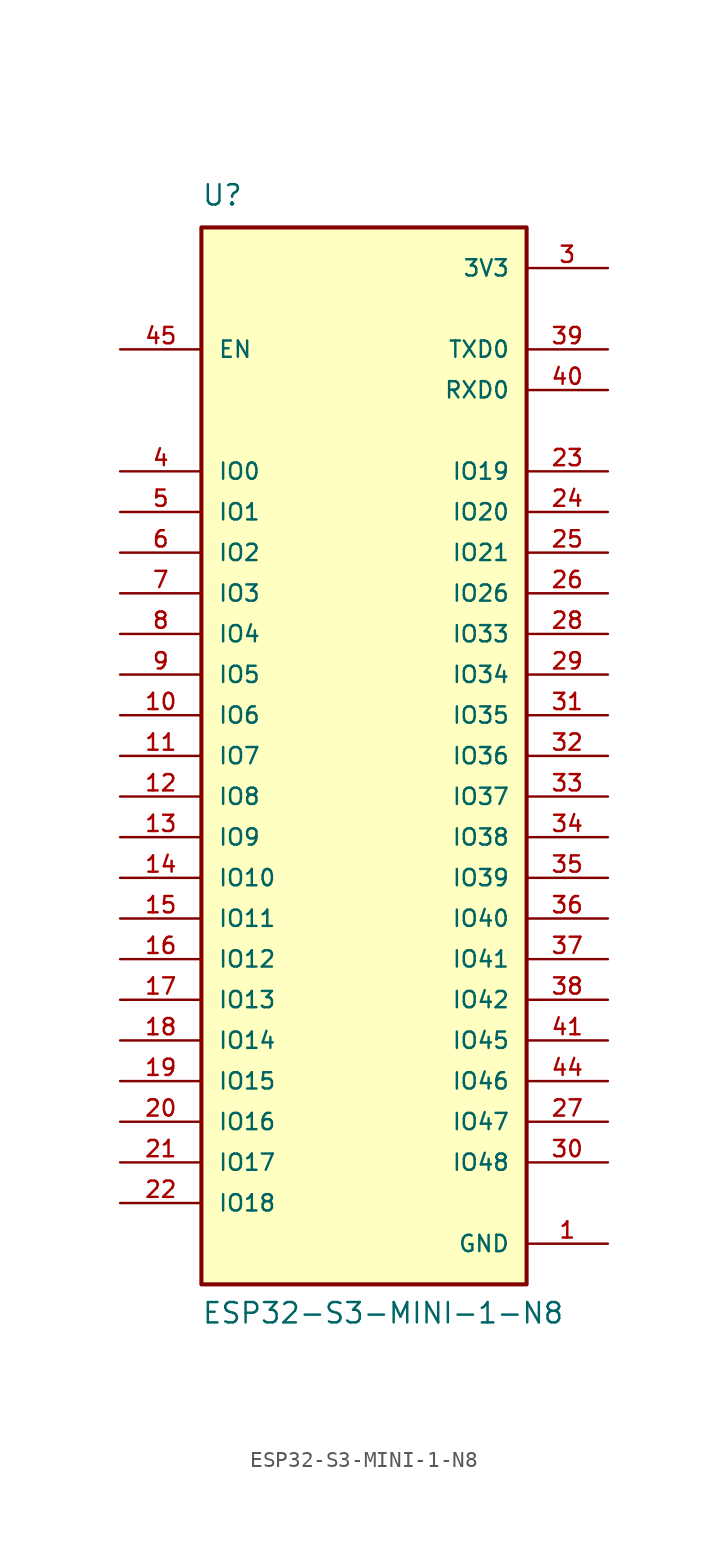
<source format=kicad_sym>
(kicad_symbol_lib
  (version 20230620)
  (generator kicad_symbol_editor)
  (symbol "ESP32-S3-MINI-1-N8"
    (pin_names
      (offset 1.016))
    (property "Reference" "U"
      (at -10.16 34.29 0)
      (effects (font (size 1.27 1.27)) (justify left bottom)))
    (property "Value" "ESP32-S3-MINI-1-N8"
      (at -10.16 -35.56 0)
      (effects (font (size 1.27 1.27)) (justify left bottom)))
    (symbol "ESP32-S3-MINI-1-N8_0_0"
      (rectangle (start -10.16 -33.02) (end 10.16 33.02) (stroke (width 0.254) (type default)) (fill (type background)))
      (pin power_in line (at 15.24 -30.48 180) (length 5.08) (name "GND" (effects (font (size 1.016 1.016)))) (number "1" (effects (font (size 1.016 1.016)))))
      (pin bidirectional line (at -15.24 2.54 0) (length 5.08) (name "IO6" (effects (font (size 1.016 1.016)))) (number "10" (effects (font (size 1.016 1.016)))))
      (pin bidirectional line (at -15.24 0 0) (length 5.08) (name "IO7" (effects (font (size 1.016 1.016)))) (number "11" (effects (font (size 1.016 1.016)))))
      (pin bidirectional line (at -15.24 -2.54 0) (length 5.08) (name "IO8" (effects (font (size 1.016 1.016)))) (number "12" (effects (font (size 1.016 1.016)))))
      (pin bidirectional line (at -15.24 -5.08 0) (length 5.08) (name "IO9" (effects (font (size 1.016 1.016)))) (number "13" (effects (font (size 1.016 1.016)))))
      (pin bidirectional line (at -15.24 -7.62 0) (length 5.08) (name "IO10" (effects (font (size 1.016 1.016)))) (number "14" (effects (font (size 1.016 1.016)))))
      (pin bidirectional line (at -15.24 -10.16 0) (length 5.08) (name "IO11" (effects (font (size 1.016 1.016)))) (number "15" (effects (font (size 1.016 1.016)))))
      (pin bidirectional line (at -15.24 -12.7 0) (length 5.08) (name "IO12" (effects (font (size 1.016 1.016)))) (number "16" (effects (font (size 1.016 1.016)))))
      (pin bidirectional line (at -15.24 -15.24 0) (length 5.08) (name "IO13" (effects (font (size 1.016 1.016)))) (number "17" (effects (font (size 1.016 1.016)))))
      (pin bidirectional line (at -15.24 -17.78 0) (length 5.08) (name "IO14" (effects (font (size 1.016 1.016)))) (number "18" (effects (font (size 1.016 1.016)))))
      (pin bidirectional line (at -15.24 -20.32 0) (length 5.08) (name "IO15" (effects (font (size 1.016 1.016)))) (number "19" (effects (font (size 1.016 1.016)))))
      (pin bidirectional line (at -15.24 -22.86 0) (length 5.08) (name "IO16" (effects (font (size 1.016 1.016)))) (number "20" (effects (font (size 1.016 1.016)))))
      (pin bidirectional line (at -15.24 -25.4 0) (length 5.08) (name "IO17" (effects (font (size 1.016 1.016)))) (number "21" (effects (font (size 1.016 1.016)))))
      (pin bidirectional line (at -15.24 -27.94 0) (length 5.08) (name "IO18" (effects (font (size 1.016 1.016)))) (number "22" (effects (font (size 1.016 1.016)))))
      (pin bidirectional line (at 15.24 17.78 180) (length 5.08) (name "IO19" (effects (font (size 1.016 1.016)))) (number "23" (effects (font (size 1.016 1.016)))))
      (pin bidirectional line (at 15.24 15.24 180) (length 5.08) (name "IO20" (effects (font (size 1.016 1.016)))) (number "24" (effects (font (size 1.016 1.016)))))
      (pin bidirectional line (at 15.24 12.7 180) (length 5.08) (name "IO21" (effects (font (size 1.016 1.016)))) (number "25" (effects (font (size 1.016 1.016)))))
      (pin bidirectional line (at 15.24 10.16 180) (length 5.08) (name "IO26" (effects (font (size 1.016 1.016)))) (number "26" (effects (font (size 1.016 1.016)))))
      (pin bidirectional line (at 15.24 -22.86 180) (length 5.08) (name "IO47" (effects (font (size 1.016 1.016)))) (number "27" (effects (font (size 1.016 1.016)))))
      (pin bidirectional line (at 15.24 7.62 180) (length 5.08) (name "IO33" (effects (font (size 1.016 1.016)))) (number "28" (effects (font (size 1.016 1.016)))))
      (pin bidirectional line (at 15.24 5.08 180) (length 5.08) (name "IO34" (effects (font (size 1.016 1.016)))) (number "29" (effects (font (size 1.016 1.016)))))
      (pin power_in line (at 15.24 30.48 180) (length 5.08) (name "3V3" (effects (font (size 1.016 1.016)))) (number "3" (effects (font (size 1.016 1.016)))))
      (pin bidirectional line (at 15.24 -25.4 180) (length 5.08) (name "IO48" (effects (font (size 1.016 1.016)))) (number "30" (effects (font (size 1.016 1.016)))))
      (pin bidirectional line (at 15.24 2.54 180) (length 5.08) (name "IO35" (effects (font (size 1.016 1.016)))) (number "31" (effects (font (size 1.016 1.016)))))
      (pin bidirectional line (at 15.24 0 180) (length 5.08) (name "IO36" (effects (font (size 1.016 1.016)))) (number "32" (effects (font (size 1.016 1.016)))))
      (pin bidirectional line (at 15.24 -2.54 180) (length 5.08) (name "IO37" (effects (font (size 1.016 1.016)))) (number "33" (effects (font (size 1.016 1.016)))))
      (pin bidirectional line (at 15.24 -5.08 180) (length 5.08) (name "IO38" (effects (font (size 1.016 1.016)))) (number "34" (effects (font (size 1.016 1.016)))))
      (pin bidirectional line (at 15.24 -7.62 180) (length 5.08) (name "IO39" (effects (font (size 1.016 1.016)))) (number "35" (effects (font (size 1.016 1.016)))))
      (pin bidirectional line (at 15.24 -10.16 180) (length 5.08) (name "IO40" (effects (font (size 1.016 1.016)))) (number "36" (effects (font (size 1.016 1.016)))))
      (pin bidirectional line (at 15.24 -12.7 180) (length 5.08) (name "IO41" (effects (font (size 1.016 1.016)))) (number "37" (effects (font (size 1.016 1.016)))))
      (pin bidirectional line (at 15.24 -15.24 180) (length 5.08) (name "IO42" (effects (font (size 1.016 1.016)))) (number "38" (effects (font (size 1.016 1.016)))))
      (pin bidirectional line (at 15.24 25.4 180) (length 5.08) (name "TXD0" (effects (font (size 1.016 1.016)))) (number "39" (effects (font (size 1.016 1.016)))))
      (pin bidirectional line (at -15.24 17.78 0) (length 5.08) (name "IO0" (effects (font (size 1.016 1.016)))) (number "4" (effects (font (size 1.016 1.016)))))
      (pin bidirectional line (at 15.24 22.86 180) (length 5.08) (name "RXD0" (effects (font (size 1.016 1.016)))) (number "40" (effects (font (size 1.016 1.016)))))
      (pin bidirectional line (at 15.24 -17.78 180) (length 5.08) (name "IO45" (effects (font (size 1.016 1.016)))) (number "41" (effects (font (size 1.016 1.016)))))
      (pin passive line (at 15.24 -30.48 180) (length 5.08) hide (name "GND" (effects (font (size 1.016 1.016)))) (number "43" (effects (font (size 1.016 1.016)))))
      (pin bidirectional line (at 15.24 -20.32 180) (length 5.08) (name "IO46" (effects (font (size 1.016 1.016)))) (number "44" (effects (font (size 1.016 1.016)))))
      (pin input line (at -15.24 25.4 0) (length 5.08) (name "EN" (effects (font (size 1.016 1.016)))) (number "45" (effects (font (size 1.016 1.016)))))
      (pin passive line (at 15.24 -30.48 180) (length 5.08) hide (name "GND" (effects (font (size 1.016 1.016)))) (number "46" (effects (font (size 1.016 1.016)))))
      (pin passive line (at 15.24 -30.48 180) (length 5.08) hide (name "GND" (effects (font (size 1.016 1.016)))) (number "47" (effects (font (size 1.016 1.016)))))
      (pin passive line (at 15.24 -30.48 180) (length 5.08) hide (name "GND" (effects (font (size 1.016 1.016)))) (number "48" (effects (font (size 1.016 1.016)))))
      (pin passive line (at 15.24 -30.48 180) (length 5.08) hide (name "GND" (effects (font (size 1.016 1.016)))) (number "49" (effects (font (size 1.016 1.016)))))
      (pin bidirectional line (at -15.24 15.24 0) (length 5.08) (name "IO1" (effects (font (size 1.016 1.016)))) (number "5" (effects (font (size 1.016 1.016)))))
      (pin passive line (at 15.24 -30.48 180) (length 5.08) hide (name "GND" (effects (font (size 1.016 1.016)))) (number "50" (effects (font (size 1.016 1.016)))))
      (pin passive line (at 15.24 -30.48 180) (length 5.08) hide (name "GND" (effects (font (size 1.016 1.016)))) (number "51" (effects (font (size 1.016 1.016)))))
      (pin passive line (at 15.24 -30.48 180) (length 5.08) hide (name "GND" (effects (font (size 1.016 1.016)))) (number "52" (effects (font (size 1.016 1.016)))))
      (pin passive line (at 15.24 -30.48 180) (length 5.08) hide (name "GND" (effects (font (size 1.016 1.016)))) (number "53" (effects (font (size 1.016 1.016)))))
      (pin passive line (at 15.24 -30.48 180) (length 5.08) hide (name "GND" (effects (font (size 1.016 1.016)))) (number "54" (effects (font (size 1.016 1.016)))))
      (pin passive line (at 15.24 -30.48 180) (length 5.08) hide (name "GND" (effects (font (size 1.016 1.016)))) (number "55" (effects (font (size 1.016 1.016)))))
      (pin passive line (at 15.24 -30.48 180) (length 5.08) hide (name "GND" (effects (font (size 1.016 1.016)))) (number "56" (effects (font (size 1.016 1.016)))))
      (pin passive line (at 15.24 -30.48 180) (length 5.08) hide (name "GND" (effects (font (size 1.016 1.016)))) (number "57" (effects (font (size 1.016 1.016)))))
      (pin passive line (at 15.24 -30.48 180) (length 5.08) hide (name "GND" (effects (font (size 1.016 1.016)))) (number "58" (effects (font (size 1.016 1.016)))))
      (pin passive line (at 15.24 -30.48 180) (length 5.08) hide (name "GND" (effects (font (size 1.016 1.016)))) (number "59" (effects (font (size 1.016 1.016)))))
      (pin bidirectional line (at -15.24 12.7 0) (length 5.08) (name "IO2" (effects (font (size 1.016 1.016)))) (number "6" (effects (font (size 1.016 1.016)))))
      (pin passive line (at 15.24 -30.48 180) (length 5.08) hide (name "GND" (effects (font (size 1.016 1.016)))) (number "60" (effects (font (size 1.016 1.016)))))
      (pin passive line (at 15.24 -30.48 180) (length 5.08) hide (name "GND" (effects (font (size 1.016 1.016)))) (number "61" (effects (font (size 1.016 1.016)))))
      (pin passive line (at 15.24 -30.48 180) (length 5.08) hide (name "GND" (effects (font (size 1.016 1.016)))) (number "61_1" (effects (font (size 1.016 1.016)))))
      (pin passive line (at 15.24 -30.48 180) (length 5.08) hide (name "GND" (effects (font (size 1.016 1.016)))) (number "61_2" (effects (font (size 1.016 1.016)))))
      (pin passive line (at 15.24 -30.48 180) (length 5.08) hide (name "GND" (effects (font (size 1.016 1.016)))) (number "61_3" (effects (font (size 1.016 1.016)))))
      (pin passive line (at 15.24 -30.48 180) (length 5.08) hide (name "GND" (effects (font (size 1.016 1.016)))) (number "61_4" (effects (font (size 1.016 1.016)))))
      (pin passive line (at 15.24 -30.48 180) (length 5.08) hide (name "GND" (effects (font (size 1.016 1.016)))) (number "61_5" (effects (font (size 1.016 1.016)))))
      (pin passive line (at 15.24 -30.48 180) (length 5.08) hide (name "GND" (effects (font (size 1.016 1.016)))) (number "61_6" (effects (font (size 1.016 1.016)))))
      (pin passive line (at 15.24 -30.48 180) (length 5.08) hide (name "GND" (effects (font (size 1.016 1.016)))) (number "61_7" (effects (font (size 1.016 1.016)))))
      (pin passive line (at 15.24 -30.48 180) (length 5.08) hide (name "GND" (effects (font (size 1.016 1.016)))) (number "61_8" (effects (font (size 1.016 1.016)))))
      (pin passive line (at 15.24 -30.48 180) (length 5.08) hide (name "GND" (effects (font (size 1.016 1.016)))) (number "62" (effects (font (size 1.016 1.016)))))
      (pin passive line (at 15.24 -30.48 180) (length 5.08) hide (name "GND" (effects (font (size 1.016 1.016)))) (number "63" (effects (font (size 1.016 1.016)))))
      (pin passive line (at 15.24 -30.48 180) (length 5.08) hide (name "GND" (effects (font (size 1.016 1.016)))) (number "64" (effects (font (size 1.016 1.016)))))
      (pin passive line (at 15.24 -30.48 180) (length 5.08) hide (name "GND" (effects (font (size 1.016 1.016)))) (number "65" (effects (font (size 1.016 1.016)))))
      (pin bidirectional line (at -15.24 10.16 0) (length 5.08) (name "IO3" (effects (font (size 1.016 1.016)))) (number "7" (effects (font (size 1.016 1.016)))))
      (pin bidirectional line (at -15.24 7.62 0) (length 5.08) (name "IO4" (effects (font (size 1.016 1.016)))) (number "8" (effects (font (size 1.016 1.016)))))
      (pin bidirectional line (at -15.24 5.08 0) (length 5.08) (name "IO5" (effects (font (size 1.016 1.016)))) (number "9" (effects (font (size 1.016 1.016))))))
    (symbol "ESP32-S3-MINI-1-N8_1_0"
      (pin passive line (at 15.24 -30.48 180) (length 5.08) hide (name "GND" (effects (font (size 1.016 1.016)))) (number "2" (effects (font (size 1.016 1.016)))))
      (pin passive line (at 15.24 -30.48 180) (length 5.08) hide (name "GND" (effects (font (size 1.016 1.016)))) (number "42" (effects (font (size 1.016 1.016))))))))
</source>
